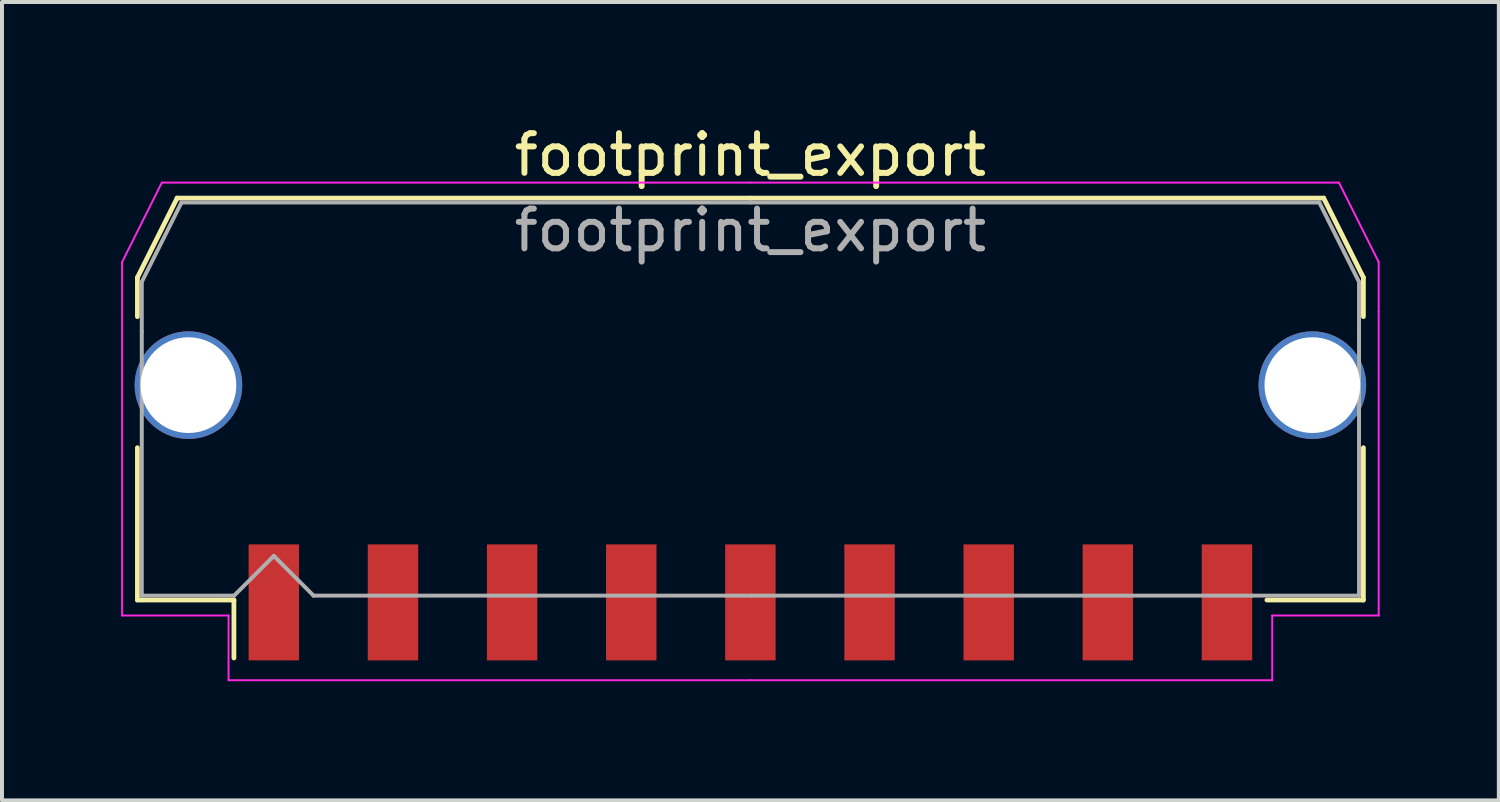
<source format=kicad_pcb>
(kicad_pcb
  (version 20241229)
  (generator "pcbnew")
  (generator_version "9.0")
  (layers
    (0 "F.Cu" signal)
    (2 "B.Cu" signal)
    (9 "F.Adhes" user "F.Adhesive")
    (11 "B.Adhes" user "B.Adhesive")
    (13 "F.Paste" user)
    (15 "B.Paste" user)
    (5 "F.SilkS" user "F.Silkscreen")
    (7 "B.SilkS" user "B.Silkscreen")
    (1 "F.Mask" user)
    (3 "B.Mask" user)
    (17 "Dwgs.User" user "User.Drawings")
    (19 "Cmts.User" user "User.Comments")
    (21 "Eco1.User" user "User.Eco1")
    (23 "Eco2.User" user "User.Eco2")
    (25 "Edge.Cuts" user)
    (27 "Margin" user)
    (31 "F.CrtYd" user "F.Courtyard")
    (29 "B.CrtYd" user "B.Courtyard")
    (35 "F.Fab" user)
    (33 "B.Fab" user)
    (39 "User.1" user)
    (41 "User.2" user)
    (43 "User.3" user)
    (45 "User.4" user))
  (footprint "footprint_export"
    (layer "F.Cu")
    (at 15.845 6.998)
    (property "Reference" "footprint_export" (at 0 -6.15 0) (layer "F.SilkS") (effects (font (size 1 1) (thickness 0.15))))
    (attr smd)
    (fp_line (start -15.435 -3.06) (end -15.435 -2.075) (stroke (width 0.12) (type solid)) (layer "F.SilkS"))
    (fp_line (start -15.435 1.225) (end -15.435 5.06) (stroke (width 0.12) (type solid)) (layer "F.SilkS"))
    (fp_line (start -15.435 5.06) (end -13.005 5.06) (stroke (width 0.12) (type solid)) (layer "F.SilkS"))
    (fp_line (start -14.435 -5.06) (end -15.435 -3.06) (stroke (width 0.12) (type solid)) (layer "F.SilkS"))
    (fp_line (start -13.005 5.06) (end -13.005 6.52) (stroke (width 0.12) (type solid)) (layer "F.SilkS"))
    (fp_line (start 0 -5.06) (end -14.435 -5.06) (stroke (width 0.12) (type solid)) (layer "F.SilkS"))
    (fp_line (start 0 -5.06) (end 14.435 -5.06) (stroke (width 0.12) (type solid)) (layer "F.SilkS"))
    (fp_line (start 14.435 -5.06) (end 15.435 -3.06) (stroke (width 0.12) (type solid)) (layer "F.SilkS"))
    (fp_line (start 15.435 -3.06) (end 15.435 -2.075) (stroke (width 0.12) (type solid)) (layer "F.SilkS"))
    (fp_line (start 15.435 1.225) (end 15.435 5.06) (stroke (width 0.12) (type solid)) (layer "F.SilkS"))
    (fp_line (start 15.435 5.06) (end 13.005 5.06) (stroke (width 0.12) (type solid)) (layer "F.SilkS"))
    (fp_line (start -15.82 -3.45) (end -15.82 -2.2) (stroke (width 0.05) (type solid)) (layer "F.CrtYd"))
    (fp_line (start -15.82 -2.2) (end -15.82 5.45) (stroke (width 0.05) (type solid)) (layer "F.CrtYd"))
    (fp_line (start -15.82 5.45) (end -13.14 5.45) (stroke (width 0.05) (type solid)) (layer "F.CrtYd"))
    (fp_line (start -14.82 -5.45) (end -15.82 -3.45) (stroke (width 0.05) (type solid)) (layer "F.CrtYd"))
    (fp_line (start -13.14 5.45) (end -13.14 7.08) (stroke (width 0.05) (type solid)) (layer "F.CrtYd"))
    (fp_line (start -13.14 7.08) (end 0 7.08) (stroke (width 0.05) (type solid)) (layer "F.CrtYd"))
    (fp_line (start 0 -5.45) (end -14.82 -5.45) (stroke (width 0.05) (type solid)) (layer "F.CrtYd"))
    (fp_line (start 0 -5.45) (end 14.82 -5.45) (stroke (width 0.05) (type solid)) (layer "F.CrtYd"))
    (fp_line (start 13.14 5.45) (end 13.14 7.08) (stroke (width 0.05) (type solid)) (layer "F.CrtYd"))
    (fp_line (start 13.14 7.08) (end 0 7.08) (stroke (width 0.05) (type solid)) (layer "F.CrtYd"))
    (fp_line (start 14.82 -5.45) (end 15.82 -3.45) (stroke (width 0.05) (type solid)) (layer "F.CrtYd"))
    (fp_line (start 15.82 -3.45) (end 15.82 -2.2) (stroke (width 0.05) (type solid)) (layer "F.CrtYd"))
    (fp_line (start 15.82 -2.2) (end 15.82 5.45) (stroke (width 0.05) (type solid)) (layer "F.CrtYd"))
    (fp_line (start 15.82 5.45) (end 13.14 5.45) (stroke (width 0.05) (type solid)) (layer "F.CrtYd"))
    (fp_line (start -15.325 -2.95) (end -15.325 -1.705) (stroke (width 0.1) (type solid)) (layer "F.Fab"))
    (fp_line (start -15.325 -1.705) (end -15.325 4.95) (stroke (width 0.1) (type solid)) (layer "F.Fab"))
    (fp_line (start -15.325 4.95) (end -13 4.95) (stroke (width 0.1) (type solid)) (layer "F.Fab"))
    (fp_line (start -14.325 -4.95) (end -15.325 -2.95) (stroke (width 0.1) (type solid)) (layer "F.Fab"))
    (fp_line (start -13 4.95) (end -12 3.95) (stroke (width 0.1) (type solid)) (layer "F.Fab"))
    (fp_line (start -12 3.95) (end -11 4.95) (stroke (width 0.1) (type solid)) (layer "F.Fab"))
    (fp_line (start -11 4.95) (end 0 4.95) (stroke (width 0.1) (type solid)) (layer "F.Fab"))
    (fp_line (start 0 -4.95) (end -14.325 -4.95) (stroke (width 0.1) (type solid)) (layer "F.Fab"))
    (fp_line (start 0 -4.95) (end 14.325 -4.95) (stroke (width 0.1) (type solid)) (layer "F.Fab"))
    (fp_line (start 12.635 4.95) (end 0 4.95) (stroke (width 0.1) (type solid)) (layer "F.Fab"))
    (fp_line (start 14.325 -4.95) (end 15.325 -2.95) (stroke (width 0.1) (type solid)) (layer "F.Fab"))
    (fp_line (start 15.325 -2.95) (end 15.325 -1.705) (stroke (width 0.1) (type solid)) (layer "F.Fab"))
    (fp_line (start 15.325 -1.705) (end 15.325 4.95) (stroke (width 0.1) (type solid)) (layer "F.Fab"))
    (fp_line (start 15.325 4.95) (end 12.635 4.95) (stroke (width 0.1) (type solid)) (layer "F.Fab"))
    (fp_text user "${REFERENCE}" (at 0 -4.25 0) (layer "F.Fab") (effects (font (size 1 1) (thickness 0.15))))
    (pad "1" smd rect (at -12 5.12) (size 1.27 2.92) (layers "F.Cu" "F.Mask" "F.Paste"))
    (pad "2" smd rect (at -9 5.12) (size 1.27 2.92) (layers "F.Cu" "F.Mask" "F.Paste"))
    (pad "3" smd rect (at -6 5.12) (size 1.27 2.92) (layers "F.Cu" "F.Mask" "F.Paste"))
    (pad "4" smd rect (at -3 5.12) (size 1.27 2.92) (layers "F.Cu" "F.Mask" "F.Paste"))
    (pad "5" smd rect (at 0 5.12) (size 1.27 2.92) (layers "F.Cu" "F.Mask" "F.Paste"))
    (pad "6" smd rect (at 3 5.12) (size 1.27 2.92) (layers "F.Cu" "F.Mask" "F.Paste"))
    (pad "7" smd rect (at 6 5.12) (size 1.27 2.92) (layers "F.Cu" "F.Mask" "F.Paste"))
    (pad "8" smd rect (at 9 5.12) (size 1.27 2.92) (layers "F.Cu" "F.Mask" "F.Paste"))
    (pad "9" smd rect (at 12 5.12) (size 1.27 2.92) (layers "F.Cu" "F.Mask" "F.Paste"))
    (pad "MP" thru_hole circle (at -14.15 -0.35) (size 2.71 2.71) (drill 2.41) (layers "*.Cu" "*.Mask"))
    (pad "MP" thru_hole circle (at 14.15 -0.35) (size 2.71 2.71) (drill 2.41) (layers "*.Cu" "*.Mask")))
  (gr_rect
    (start -3 -3)
    (end 34.69 17.103)
    (stroke (width 0.1) (type default))
    (fill no)
    (layer "Edge.Cuts")))
</source>
